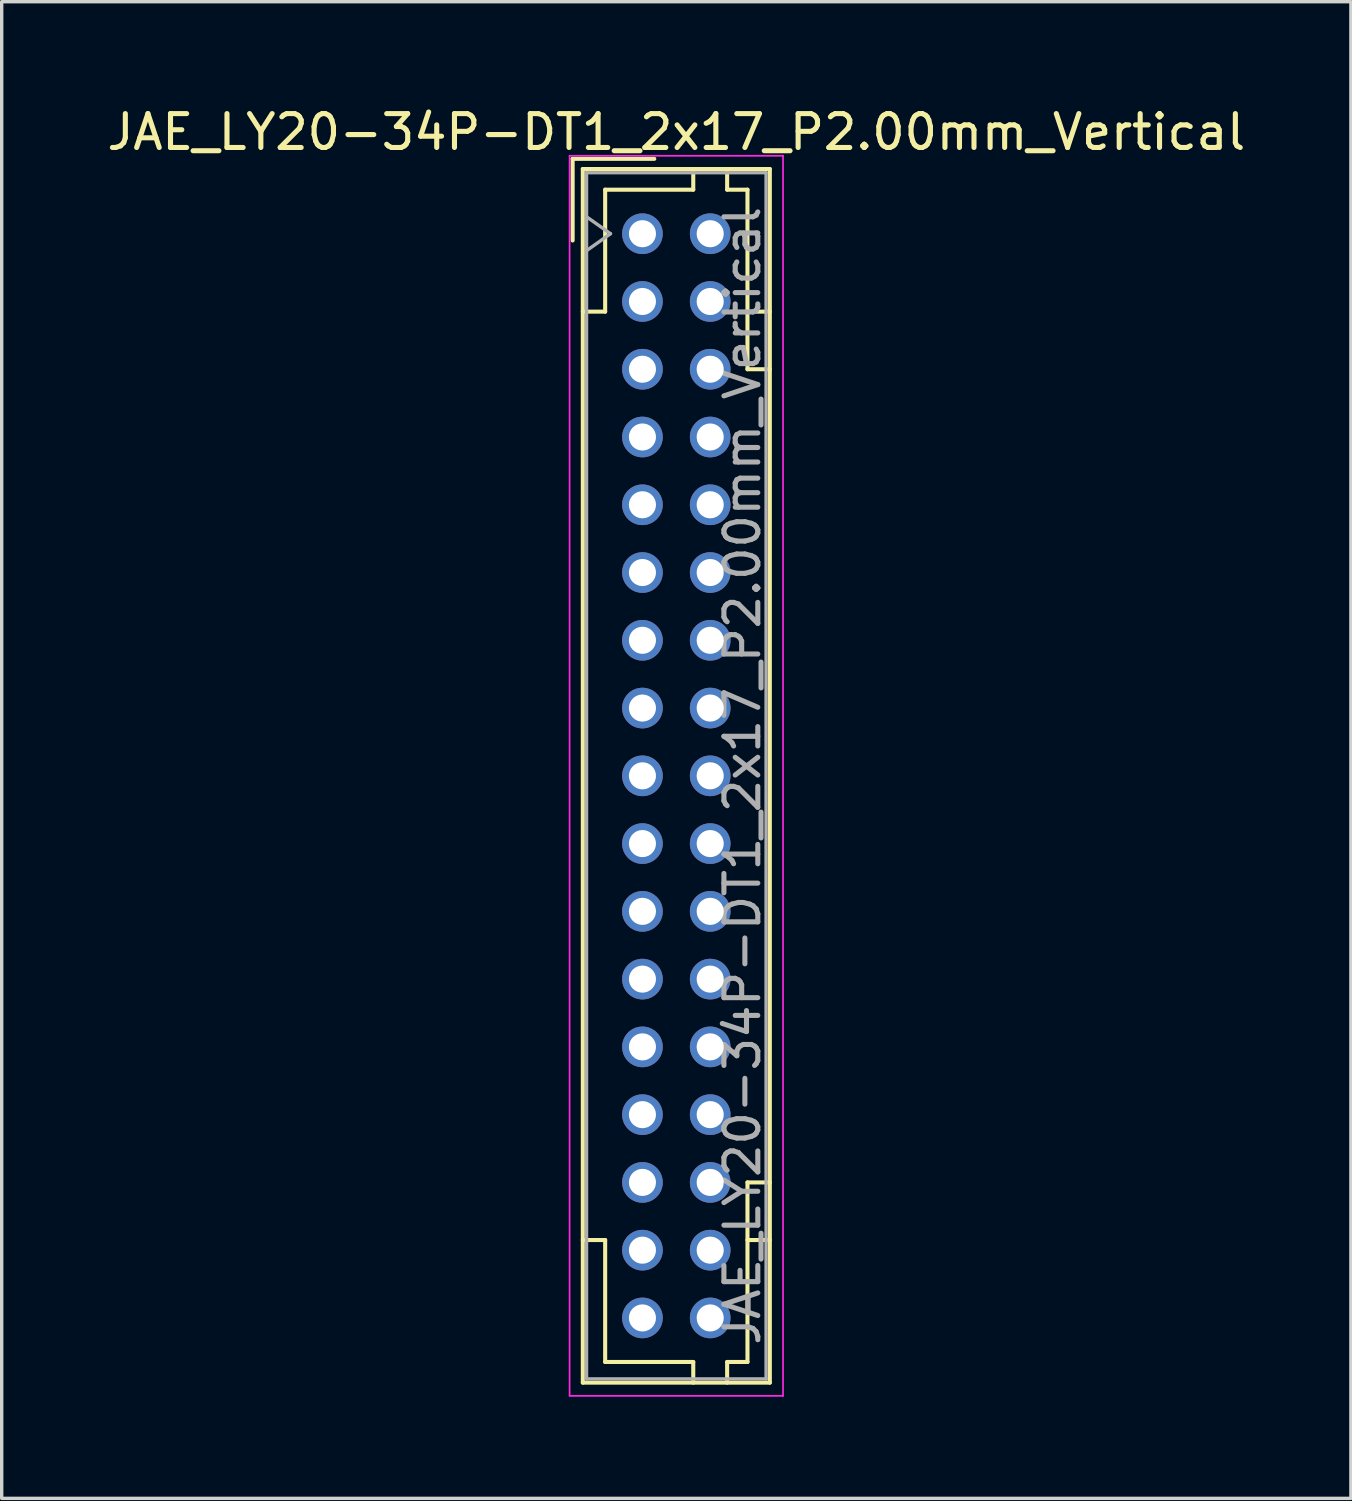
<source format=kicad_pcb>
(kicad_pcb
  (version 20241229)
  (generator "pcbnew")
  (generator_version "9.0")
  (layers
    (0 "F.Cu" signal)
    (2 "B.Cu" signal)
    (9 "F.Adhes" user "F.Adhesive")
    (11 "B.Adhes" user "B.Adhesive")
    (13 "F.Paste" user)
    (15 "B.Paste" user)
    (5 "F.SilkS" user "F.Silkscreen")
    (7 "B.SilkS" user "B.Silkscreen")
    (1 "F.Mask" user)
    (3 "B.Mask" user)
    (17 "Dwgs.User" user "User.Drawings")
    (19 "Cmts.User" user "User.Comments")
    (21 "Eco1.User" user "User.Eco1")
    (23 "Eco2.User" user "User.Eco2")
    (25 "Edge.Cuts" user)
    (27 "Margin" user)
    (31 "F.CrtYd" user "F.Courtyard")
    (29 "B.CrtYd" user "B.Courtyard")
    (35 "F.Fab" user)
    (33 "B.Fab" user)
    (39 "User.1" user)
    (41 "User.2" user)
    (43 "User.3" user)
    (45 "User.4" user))
  (footprint "JAE_LY20-34P-DT1_2x17_P2.00mm_Vertical"
    (layer "F.Cu")
    (at 15.911 3.848)
    (property "Reference" "JAE_LY20-34P-DT1_2x17_P2.00mm_Vertical" (at 1 -3 0) (layer "F.SilkS") (effects (font (size 1 1) (thickness 0.15))))
    (attr through_hole)
    (fp_line (start -2.06 -2.21) (end -2.06 0.2) (stroke (width 0.12) (type solid)) (layer "F.SilkS"))
    (fp_line (start -1.76 -1.91) (end -1.76 33.91) (stroke (width 0.12) (type solid)) (layer "F.SilkS"))
    (fp_line (start -1.76 33.91) (end 3.76 33.91) (stroke (width 0.12) (type solid)) (layer "F.SilkS"))
    (fp_line (start -1.1 -1.3) (end -1.1 2.3) (stroke (width 0.12) (type solid)) (layer "F.SilkS"))
    (fp_line (start -1.1 2.3) (end -1.76 2.3) (stroke (width 0.12) (type solid)) (layer "F.SilkS"))
    (fp_line (start -1.1 29.7) (end -1.76 29.7) (stroke (width 0.12) (type solid)) (layer "F.SilkS"))
    (fp_line (start -1.1 33.3) (end -1.1 29.7) (stroke (width 0.12) (type solid)) (layer "F.SilkS"))
    (fp_line (start 0.35 -2.21) (end -2.06 -2.21) (stroke (width 0.12) (type solid)) (layer "F.SilkS"))
    (fp_line (start 1.5 -1.91) (end 1.5 -1.3) (stroke (width 0.12) (type solid)) (layer "F.SilkS"))
    (fp_line (start 1.5 -1.3) (end -1.1 -1.3) (stroke (width 0.12) (type solid)) (layer "F.SilkS"))
    (fp_line (start 1.5 33.3) (end -1.1 33.3) (stroke (width 0.12) (type solid)) (layer "F.SilkS"))
    (fp_line (start 1.5 33.91) (end 1.5 33.3) (stroke (width 0.12) (type solid)) (layer "F.SilkS"))
    (fp_line (start 2.5 -1.91) (end 2.5 -1.3) (stroke (width 0.12) (type solid)) (layer "F.SilkS"))
    (fp_line (start 2.5 -1.3) (end 3.1 -1.3) (stroke (width 0.12) (type solid)) (layer "F.SilkS"))
    (fp_line (start 2.5 33.3) (end 3.1 33.3) (stroke (width 0.12) (type solid)) (layer "F.SilkS"))
    (fp_line (start 2.5 33.91) (end 2.5 33.3) (stroke (width 0.12) (type solid)) (layer "F.SilkS"))
    (fp_line (start 3.1 -1.3) (end 3.1 4) (stroke (width 0.12) (type solid)) (layer "F.SilkS"))
    (fp_line (start 3.1 4) (end 3.76 4) (stroke (width 0.12) (type solid)) (layer "F.SilkS"))
    (fp_line (start 3.1 28) (end 3.76 28) (stroke (width 0.12) (type solid)) (layer "F.SilkS"))
    (fp_line (start 3.1 33.3) (end 3.1 28) (stroke (width 0.12) (type solid)) (layer "F.SilkS"))
    (fp_line (start 3.76 -1.91) (end -1.76 -1.91) (stroke (width 0.12) (type solid)) (layer "F.SilkS"))
    (fp_line (start 3.76 2.3) (end 3.1 2.3) (stroke (width 0.12) (type solid)) (layer "F.SilkS"))
    (fp_line (start 3.76 29.7) (end 3.1 29.7) (stroke (width 0.12) (type solid)) (layer "F.SilkS"))
    (fp_line (start 3.76 33.91) (end 3.76 -1.91) (stroke (width 0.12) (type solid)) (layer "F.SilkS"))
    (fp_line (start -2.15 -2.3) (end -2.15 34.3) (stroke (width 0.05) (type solid)) (layer "F.CrtYd"))
    (fp_line (start -2.15 34.3) (end 4.15 34.3) (stroke (width 0.05) (type solid)) (layer "F.CrtYd"))
    (fp_line (start 4.15 -2.3) (end -2.15 -2.3) (stroke (width 0.05) (type solid)) (layer "F.CrtYd"))
    (fp_line (start 4.15 34.3) (end 4.15 -2.3) (stroke (width 0.05) (type solid)) (layer "F.CrtYd"))
    (fp_line (start -1.65 -1.8) (end -1.65 33.8) (stroke (width 0.1) (type solid)) (layer "F.Fab"))
    (fp_line (start -1.65 0.5) (end -0.943 0) (stroke (width 0.1) (type solid)) (layer "F.Fab"))
    (fp_line (start -1.65 33.8) (end 3.65 33.8) (stroke (width 0.1) (type solid)) (layer "F.Fab"))
    (fp_line (start -0.943 0) (end -1.65 -0.5) (stroke (width 0.1) (type solid)) (layer "F.Fab"))
    (fp_line (start 3.65 -1.8) (end -1.65 -1.8) (stroke (width 0.1) (type solid)) (layer "F.Fab"))
    (fp_line (start 3.65 33.8) (end 3.65 -1.8) (stroke (width 0.1) (type solid)) (layer "F.Fab"))
    (fp_text user "${REFERENCE}" (at 2.95 16 90) (layer "F.Fab") (effects (font (size 1 1) (thickness 0.15))))
    (pad "a1" thru_hole circle (at 0 0) (size 1.2 1.2) (drill 0.8) (layers "*.Cu" "*.Mask"))
    (pad "a2" thru_hole circle (at 0 2) (size 1.2 1.2) (drill 0.8) (layers "*.Cu" "*.Mask"))
    (pad "a3" thru_hole circle (at 0 4) (size 1.2 1.2) (drill 0.8) (layers "*.Cu" "*.Mask"))
    (pad "a4" thru_hole circle (at 0 6) (size 1.2 1.2) (drill 0.8) (layers "*.Cu" "*.Mask"))
    (pad "a5" thru_hole circle (at 0 8) (size 1.2 1.2) (drill 0.8) (layers "*.Cu" "*.Mask"))
    (pad "a6" thru_hole circle (at 0 10) (size 1.2 1.2) (drill 0.8) (layers "*.Cu" "*.Mask"))
    (pad "a7" thru_hole circle (at 0 12) (size 1.2 1.2) (drill 0.8) (layers "*.Cu" "*.Mask"))
    (pad "a8" thru_hole circle (at 0 14) (size 1.2 1.2) (drill 0.8) (layers "*.Cu" "*.Mask"))
    (pad "a9" thru_hole circle (at 0 16) (size 1.2 1.2) (drill 0.8) (layers "*.Cu" "*.Mask"))
    (pad "a10" thru_hole circle (at 0 18) (size 1.2 1.2) (drill 0.8) (layers "*.Cu" "*.Mask"))
    (pad "a11" thru_hole circle (at 0 20) (size 1.2 1.2) (drill 0.8) (layers "*.Cu" "*.Mask"))
    (pad "a12" thru_hole circle (at 0 22) (size 1.2 1.2) (drill 0.8) (layers "*.Cu" "*.Mask"))
    (pad "a13" thru_hole circle (at 0 24) (size 1.2 1.2) (drill 0.8) (layers "*.Cu" "*.Mask"))
    (pad "a14" thru_hole circle (at 0 26) (size 1.2 1.2) (drill 0.8) (layers "*.Cu" "*.Mask"))
    (pad "a15" thru_hole circle (at 0 28) (size 1.2 1.2) (drill 0.8) (layers "*.Cu" "*.Mask"))
    (pad "a16" thru_hole circle (at 0 30) (size 1.2 1.2) (drill 0.8) (layers "*.Cu" "*.Mask"))
    (pad "a17" thru_hole circle (at 0 32) (size 1.2 1.2) (drill 0.8) (layers "*.Cu" "*.Mask"))
    (pad "b1" thru_hole circle (at 2 0) (size 1.2 1.2) (drill 0.8) (layers "*.Cu" "*.Mask"))
    (pad "b2" thru_hole circle (at 2 2) (size 1.2 1.2) (drill 0.8) (layers "*.Cu" "*.Mask"))
    (pad "b3" thru_hole circle (at 2 4) (size 1.2 1.2) (drill 0.8) (layers "*.Cu" "*.Mask"))
    (pad "b4" thru_hole circle (at 2 6) (size 1.2 1.2) (drill 0.8) (layers "*.Cu" "*.Mask"))
    (pad "b5" thru_hole circle (at 2 8) (size 1.2 1.2) (drill 0.8) (layers "*.Cu" "*.Mask"))
    (pad "b6" thru_hole circle (at 2 10) (size 1.2 1.2) (drill 0.8) (layers "*.Cu" "*.Mask"))
    (pad "b7" thru_hole circle (at 2 12) (size 1.2 1.2) (drill 0.8) (layers "*.Cu" "*.Mask"))
    (pad "b8" thru_hole circle (at 2 14) (size 1.2 1.2) (drill 0.8) (layers "*.Cu" "*.Mask"))
    (pad "b9" thru_hole circle (at 2 16) (size 1.2 1.2) (drill 0.8) (layers "*.Cu" "*.Mask"))
    (pad "b10" thru_hole circle (at 2 18) (size 1.2 1.2) (drill 0.8) (layers "*.Cu" "*.Mask"))
    (pad "b11" thru_hole circle (at 2 20) (size 1.2 1.2) (drill 0.8) (layers "*.Cu" "*.Mask"))
    (pad "b12" thru_hole circle (at 2 22) (size 1.2 1.2) (drill 0.8) (layers "*.Cu" "*.Mask"))
    (pad "b13" thru_hole circle (at 2 24) (size 1.2 1.2) (drill 0.8) (layers "*.Cu" "*.Mask"))
    (pad "b14" thru_hole circle (at 2 26) (size 1.2 1.2) (drill 0.8) (layers "*.Cu" "*.Mask"))
    (pad "b15" thru_hole circle (at 2 28) (size 1.2 1.2) (drill 0.8) (layers "*.Cu" "*.Mask"))
    (pad "b16" thru_hole circle (at 2 30) (size 1.2 1.2) (drill 0.8) (layers "*.Cu" "*.Mask"))
    (pad "b17" thru_hole circle (at 2 32) (size 1.2 1.2) (drill 0.8) (layers "*.Cu" "*.Mask")))
  (gr_rect
    (start -3 -3)
    (end 36.821 41.173)
    (stroke (width 0.1) (type default))
    (fill no)
    (layer "Edge.Cuts")))
</source>
